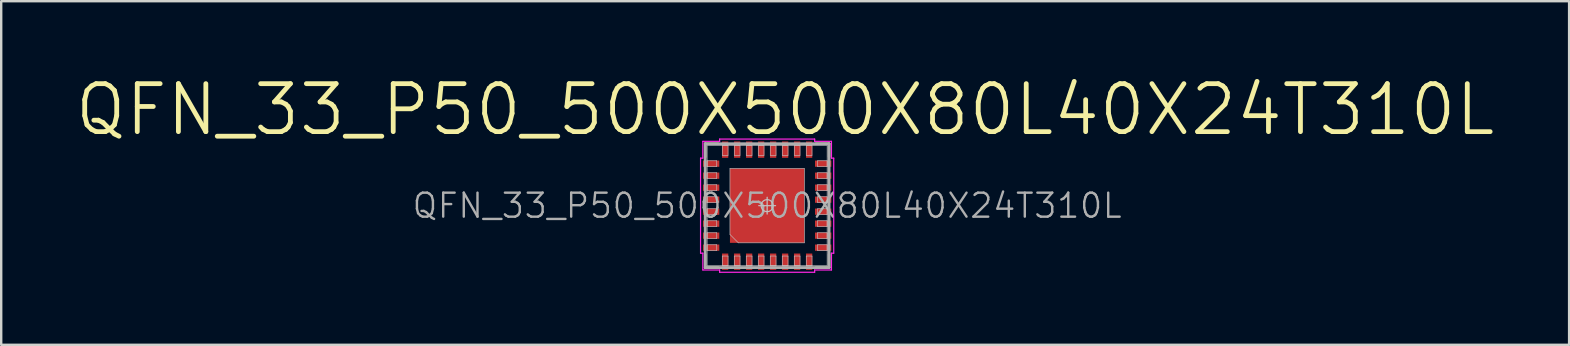
<source format=kicad_pcb>
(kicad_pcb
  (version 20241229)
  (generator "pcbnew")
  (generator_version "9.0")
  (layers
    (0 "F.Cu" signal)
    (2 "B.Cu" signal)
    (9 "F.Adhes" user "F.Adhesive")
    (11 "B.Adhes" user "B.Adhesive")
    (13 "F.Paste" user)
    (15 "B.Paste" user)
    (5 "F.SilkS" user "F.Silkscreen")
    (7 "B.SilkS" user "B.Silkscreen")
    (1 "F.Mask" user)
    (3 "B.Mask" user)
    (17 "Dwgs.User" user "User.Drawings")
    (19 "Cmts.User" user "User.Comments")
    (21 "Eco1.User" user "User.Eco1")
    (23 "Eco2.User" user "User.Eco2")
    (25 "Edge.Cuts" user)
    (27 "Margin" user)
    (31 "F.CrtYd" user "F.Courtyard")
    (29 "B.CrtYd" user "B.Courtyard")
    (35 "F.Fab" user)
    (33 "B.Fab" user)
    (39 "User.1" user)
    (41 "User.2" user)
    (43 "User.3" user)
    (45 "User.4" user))
  (footprint "QFN_33_P50_500X500X80L40X24T310L"
    (layer "F.Cu")
    (at 28.921 5.521)
    (property "Reference" "QFN_33_P50_500X500X80L40X24T310L" (at 0 0 0) (layer "F.Fab") (effects (font (size 1 1) (thickness 0.1))))
    (attr smd)
    (fp_line (start -2.58 -2.58) (end -2.58 -2.03) (stroke (width 0.1) (type solid)) (layer "F.SilkS"))
    (fp_line (start -2.58 2.58) (end -2.58 2.03) (stroke (width 0.1) (type solid)) (layer "F.SilkS"))
    (fp_line (start -2.03 -2.58) (end -2.58 -2.58) (stroke (width 0.1) (type solid)) (layer "F.SilkS"))
    (fp_line (start -2.03 2.58) (end -2.58 2.58) (stroke (width 0.1) (type solid)) (layer "F.SilkS"))
    (fp_line (start 2.03 -2.58) (end 2.58 -2.58) (stroke (width 0.1) (type solid)) (layer "F.SilkS"))
    (fp_line (start 2.03 2.58) (end 2.58 2.58) (stroke (width 0.1) (type solid)) (layer "F.SilkS"))
    (fp_line (start 2.58 -2.58) (end 2.58 -2.03) (stroke (width 0.1) (type solid)) (layer "F.SilkS"))
    (fp_line (start 2.58 2.58) (end 2.58 2.03) (stroke (width 0.1) (type solid)) (layer "F.SilkS"))
    (fp_line (start -2.5 -2.5) (end 2.5 -2.5) (stroke (width 0.025) (type solid)) (layer "Dwgs.User"))
    (fp_line (start -2.5 -1.87) (end -2.1 -1.87) (stroke (width 0.025) (type solid)) (layer "Dwgs.User"))
    (fp_line (start -2.5 -1.63) (end -2.5 -1.87) (stroke (width 0.025) (type solid)) (layer "Dwgs.User"))
    (fp_line (start -2.5 -1.37) (end -2.1 -1.37) (stroke (width 0.025) (type solid)) (layer "Dwgs.User"))
    (fp_line (start -2.5 -1.13) (end -2.5 -1.37) (stroke (width 0.025) (type solid)) (layer "Dwgs.User"))
    (fp_line (start -2.5 -0.87) (end -2.1 -0.87) (stroke (width 0.025) (type solid)) (layer "Dwgs.User"))
    (fp_line (start -2.5 -0.63) (end -2.5 -0.87) (stroke (width 0.025) (type solid)) (layer "Dwgs.User"))
    (fp_line (start -2.5 -0.37) (end -2.1 -0.37) (stroke (width 0.025) (type solid)) (layer "Dwgs.User"))
    (fp_line (start -2.5 -0.13) (end -2.5 -0.37) (stroke (width 0.025) (type solid)) (layer "Dwgs.User"))
    (fp_line (start -2.5 0.13) (end -2.1 0.13) (stroke (width 0.025) (type solid)) (layer "Dwgs.User"))
    (fp_line (start -2.5 0.37) (end -2.5 0.13) (stroke (width 0.025) (type solid)) (layer "Dwgs.User"))
    (fp_line (start -2.5 0.63) (end -2.1 0.63) (stroke (width 0.025) (type solid)) (layer "Dwgs.User"))
    (fp_line (start -2.5 0.87) (end -2.5 0.63) (stroke (width 0.025) (type solid)) (layer "Dwgs.User"))
    (fp_line (start -2.5 1.13) (end -2.1 1.13) (stroke (width 0.025) (type solid)) (layer "Dwgs.User"))
    (fp_line (start -2.5 1.37) (end -2.5 1.13) (stroke (width 0.025) (type solid)) (layer "Dwgs.User"))
    (fp_line (start -2.5 1.63) (end -2.1 1.63) (stroke (width 0.025) (type solid)) (layer "Dwgs.User"))
    (fp_line (start -2.5 1.87) (end -2.5 1.63) (stroke (width 0.025) (type solid)) (layer "Dwgs.User"))
    (fp_line (start -2.5 2.5) (end -2.5 -2.5) (stroke (width 0.025) (type solid)) (layer "Dwgs.User"))
    (fp_line (start -2.1 -1.87) (end -2.1 -1.63) (stroke (width 0.025) (type solid)) (layer "Dwgs.User"))
    (fp_line (start -2.1 -1.63) (end -2.5 -1.63) (stroke (width 0.025) (type solid)) (layer "Dwgs.User"))
    (fp_line (start -2.1 -1.37) (end -2.1 -1.13) (stroke (width 0.025) (type solid)) (layer "Dwgs.User"))
    (fp_line (start -2.1 -1.13) (end -2.5 -1.13) (stroke (width 0.025) (type solid)) (layer "Dwgs.User"))
    (fp_line (start -2.1 -0.87) (end -2.1 -0.63) (stroke (width 0.025) (type solid)) (layer "Dwgs.User"))
    (fp_line (start -2.1 -0.63) (end -2.5 -0.63) (stroke (width 0.025) (type solid)) (layer "Dwgs.User"))
    (fp_line (start -2.1 -0.37) (end -2.1 -0.13) (stroke (width 0.025) (type solid)) (layer "Dwgs.User"))
    (fp_line (start -2.1 -0.13) (end -2.5 -0.13) (stroke (width 0.025) (type solid)) (layer "Dwgs.User"))
    (fp_line (start -2.1 0.13) (end -2.1 0.37) (stroke (width 0.025) (type solid)) (layer "Dwgs.User"))
    (fp_line (start -2.1 0.37) (end -2.5 0.37) (stroke (width 0.025) (type solid)) (layer "Dwgs.User"))
    (fp_line (start -2.1 0.63) (end -2.1 0.87) (stroke (width 0.025) (type solid)) (layer "Dwgs.User"))
    (fp_line (start -2.1 0.87) (end -2.5 0.87) (stroke (width 0.025) (type solid)) (layer "Dwgs.User"))
    (fp_line (start -2.1 1.13) (end -2.1 1.37) (stroke (width 0.025) (type solid)) (layer "Dwgs.User"))
    (fp_line (start -2.1 1.37) (end -2.5 1.37) (stroke (width 0.025) (type solid)) (layer "Dwgs.User"))
    (fp_line (start -2.1 1.63) (end -2.1 1.87) (stroke (width 0.025) (type solid)) (layer "Dwgs.User"))
    (fp_line (start -2.1 1.87) (end -2.5 1.87) (stroke (width 0.025) (type solid)) (layer "Dwgs.User"))
    (fp_line (start -1.87 -2.5) (end -1.63 -2.5) (stroke (width 0.025) (type solid)) (layer "Dwgs.User"))
    (fp_line (start -1.87 -2.1) (end -1.87 -2.5) (stroke (width 0.025) (type solid)) (layer "Dwgs.User"))
    (fp_line (start -1.87 2.1) (end -1.63 2.1) (stroke (width 0.025) (type solid)) (layer "Dwgs.User"))
    (fp_line (start -1.87 2.5) (end -1.87 2.1) (stroke (width 0.025) (type solid)) (layer "Dwgs.User"))
    (fp_line (start -1.63 -2.5) (end -1.63 -2.1) (stroke (width 0.025) (type solid)) (layer "Dwgs.User"))
    (fp_line (start -1.63 -2.1) (end -1.87 -2.1) (stroke (width 0.025) (type solid)) (layer "Dwgs.User"))
    (fp_line (start -1.63 2.1) (end -1.63 2.5) (stroke (width 0.025) (type solid)) (layer "Dwgs.User"))
    (fp_line (start -1.63 2.5) (end -1.87 2.5) (stroke (width 0.025) (type solid)) (layer "Dwgs.User"))
    (fp_line (start -1.55 -1.55) (end -1.55 1.2) (stroke (width 0.025) (type solid)) (layer "Dwgs.User"))
    (fp_line (start -1.55 1.2) (end -1.2 1.55) (stroke (width 0.025) (type solid)) (layer "Dwgs.User"))
    (fp_line (start -1.37 -2.5) (end -1.13 -2.5) (stroke (width 0.025) (type solid)) (layer "Dwgs.User"))
    (fp_line (start -1.37 -2.1) (end -1.37 -2.5) (stroke (width 0.025) (type solid)) (layer "Dwgs.User"))
    (fp_line (start -1.37 2.1) (end -1.13 2.1) (stroke (width 0.025) (type solid)) (layer "Dwgs.User"))
    (fp_line (start -1.37 2.5) (end -1.37 2.1) (stroke (width 0.025) (type solid)) (layer "Dwgs.User"))
    (fp_line (start -1.2 1.55) (end 1.55 1.55) (stroke (width 0.025) (type solid)) (layer "Dwgs.User"))
    (fp_line (start -1.13 -2.5) (end -1.13 -2.1) (stroke (width 0.025) (type solid)) (layer "Dwgs.User"))
    (fp_line (start -1.13 -2.1) (end -1.37 -2.1) (stroke (width 0.025) (type solid)) (layer "Dwgs.User"))
    (fp_line (start -1.13 2.1) (end -1.13 2.5) (stroke (width 0.025) (type solid)) (layer "Dwgs.User"))
    (fp_line (start -1.13 2.5) (end -1.37 2.5) (stroke (width 0.025) (type solid)) (layer "Dwgs.User"))
    (fp_line (start -0.87 -2.5) (end -0.63 -2.5) (stroke (width 0.025) (type solid)) (layer "Dwgs.User"))
    (fp_line (start -0.87 -2.1) (end -0.87 -2.5) (stroke (width 0.025) (type solid)) (layer "Dwgs.User"))
    (fp_line (start -0.87 2.1) (end -0.63 2.1) (stroke (width 0.025) (type solid)) (layer "Dwgs.User"))
    (fp_line (start -0.87 2.5) (end -0.87 2.1) (stroke (width 0.025) (type solid)) (layer "Dwgs.User"))
    (fp_line (start -0.63 -2.5) (end -0.63 -2.1) (stroke (width 0.025) (type solid)) (layer "Dwgs.User"))
    (fp_line (start -0.63 -2.1) (end -0.87 -2.1) (stroke (width 0.025) (type solid)) (layer "Dwgs.User"))
    (fp_line (start -0.63 2.1) (end -0.63 2.5) (stroke (width 0.025) (type solid)) (layer "Dwgs.User"))
    (fp_line (start -0.63 2.5) (end -0.87 2.5) (stroke (width 0.025) (type solid)) (layer "Dwgs.User"))
    (fp_line (start -0.37 -2.5) (end -0.13 -2.5) (stroke (width 0.025) (type solid)) (layer "Dwgs.User"))
    (fp_line (start -0.37 -2.1) (end -0.37 -2.5) (stroke (width 0.025) (type solid)) (layer "Dwgs.User"))
    (fp_line (start -0.37 2.1) (end -0.13 2.1) (stroke (width 0.025) (type solid)) (layer "Dwgs.User"))
    (fp_line (start -0.37 2.5) (end -0.37 2.1) (stroke (width 0.025) (type solid)) (layer "Dwgs.User"))
    (fp_line (start -0.35 0) (end 0.35 0) (stroke (width 0.05) (type solid)) (layer "Dwgs.User"))
    (fp_line (start -0.13 -2.5) (end -0.13 -2.1) (stroke (width 0.025) (type solid)) (layer "Dwgs.User"))
    (fp_line (start -0.13 -2.1) (end -0.37 -2.1) (stroke (width 0.025) (type solid)) (layer "Dwgs.User"))
    (fp_line (start -0.13 2.1) (end -0.13 2.5) (stroke (width 0.025) (type solid)) (layer "Dwgs.User"))
    (fp_line (start -0.13 2.5) (end -0.37 2.5) (stroke (width 0.025) (type solid)) (layer "Dwgs.User"))
    (fp_line (start 0 -0.35) (end 0 0.35) (stroke (width 0.05) (type solid)) (layer "Dwgs.User"))
    (fp_line (start 0.13 -2.5) (end 0.37 -2.5) (stroke (width 0.025) (type solid)) (layer "Dwgs.User"))
    (fp_line (start 0.13 -2.1) (end 0.13 -2.5) (stroke (width 0.025) (type solid)) (layer "Dwgs.User"))
    (fp_line (start 0.13 2.1) (end 0.37 2.1) (stroke (width 0.025) (type solid)) (layer "Dwgs.User"))
    (fp_line (start 0.13 2.5) (end 0.13 2.1) (stroke (width 0.025) (type solid)) (layer "Dwgs.User"))
    (fp_line (start 0.37 -2.5) (end 0.37 -2.1) (stroke (width 0.025) (type solid)) (layer "Dwgs.User"))
    (fp_line (start 0.37 -2.1) (end 0.13 -2.1) (stroke (width 0.025) (type solid)) (layer "Dwgs.User"))
    (fp_line (start 0.37 2.1) (end 0.37 2.5) (stroke (width 0.025) (type solid)) (layer "Dwgs.User"))
    (fp_line (start 0.37 2.5) (end 0.13 2.5) (stroke (width 0.025) (type solid)) (layer "Dwgs.User"))
    (fp_line (start 0.63 -2.5) (end 0.87 -2.5) (stroke (width 0.025) (type solid)) (layer "Dwgs.User"))
    (fp_line (start 0.63 -2.1) (end 0.63 -2.5) (stroke (width 0.025) (type solid)) (layer "Dwgs.User"))
    (fp_line (start 0.63 2.1) (end 0.87 2.1) (stroke (width 0.025) (type solid)) (layer "Dwgs.User"))
    (fp_line (start 0.63 2.5) (end 0.63 2.1) (stroke (width 0.025) (type solid)) (layer "Dwgs.User"))
    (fp_line (start 0.87 -2.5) (end 0.87 -2.1) (stroke (width 0.025) (type solid)) (layer "Dwgs.User"))
    (fp_line (start 0.87 -2.1) (end 0.63 -2.1) (stroke (width 0.025) (type solid)) (layer "Dwgs.User"))
    (fp_line (start 0.87 2.1) (end 0.87 2.5) (stroke (width 0.025) (type solid)) (layer "Dwgs.User"))
    (fp_line (start 0.87 2.5) (end 0.63 2.5) (stroke (width 0.025) (type solid)) (layer "Dwgs.User"))
    (fp_line (start 1.13 -2.5) (end 1.37 -2.5) (stroke (width 0.025) (type solid)) (layer "Dwgs.User"))
    (fp_line (start 1.13 -2.1) (end 1.13 -2.5) (stroke (width 0.025) (type solid)) (layer "Dwgs.User"))
    (fp_line (start 1.13 2.1) (end 1.37 2.1) (stroke (width 0.025) (type solid)) (layer "Dwgs.User"))
    (fp_line (start 1.13 2.5) (end 1.13 2.1) (stroke (width 0.025) (type solid)) (layer "Dwgs.User"))
    (fp_line (start 1.37 -2.5) (end 1.37 -2.1) (stroke (width 0.025) (type solid)) (layer "Dwgs.User"))
    (fp_line (start 1.37 -2.1) (end 1.13 -2.1) (stroke (width 0.025) (type solid)) (layer "Dwgs.User"))
    (fp_line (start 1.37 2.1) (end 1.37 2.5) (stroke (width 0.025) (type solid)) (layer "Dwgs.User"))
    (fp_line (start 1.37 2.5) (end 1.13 2.5) (stroke (width 0.025) (type solid)) (layer "Dwgs.User"))
    (fp_line (start 1.55 -1.55) (end -1.55 -1.55) (stroke (width 0.025) (type solid)) (layer "Dwgs.User"))
    (fp_line (start 1.55 1.55) (end 1.55 -1.55) (stroke (width 0.025) (type solid)) (layer "Dwgs.User"))
    (fp_line (start 1.63 -2.5) (end 1.87 -2.5) (stroke (width 0.025) (type solid)) (layer "Dwgs.User"))
    (fp_line (start 1.63 -2.1) (end 1.63 -2.5) (stroke (width 0.025) (type solid)) (layer "Dwgs.User"))
    (fp_line (start 1.63 2.1) (end 1.87 2.1) (stroke (width 0.025) (type solid)) (layer "Dwgs.User"))
    (fp_line (start 1.63 2.5) (end 1.63 2.1) (stroke (width 0.025) (type solid)) (layer "Dwgs.User"))
    (fp_line (start 1.87 -2.5) (end 1.87 -2.1) (stroke (width 0.025) (type solid)) (layer "Dwgs.User"))
    (fp_line (start 1.87 -2.1) (end 1.63 -2.1) (stroke (width 0.025) (type solid)) (layer "Dwgs.User"))
    (fp_line (start 1.87 2.1) (end 1.87 2.5) (stroke (width 0.025) (type solid)) (layer "Dwgs.User"))
    (fp_line (start 1.87 2.5) (end 1.63 2.5) (stroke (width 0.025) (type solid)) (layer "Dwgs.User"))
    (fp_line (start 2.1 -1.87) (end 2.5 -1.87) (stroke (width 0.025) (type solid)) (layer "Dwgs.User"))
    (fp_line (start 2.1 -1.63) (end 2.1 -1.87) (stroke (width 0.025) (type solid)) (layer "Dwgs.User"))
    (fp_line (start 2.1 -1.37) (end 2.5 -1.37) (stroke (width 0.025) (type solid)) (layer "Dwgs.User"))
    (fp_line (start 2.1 -1.13) (end 2.1 -1.37) (stroke (width 0.025) (type solid)) (layer "Dwgs.User"))
    (fp_line (start 2.1 -0.87) (end 2.5 -0.87) (stroke (width 0.025) (type solid)) (layer "Dwgs.User"))
    (fp_line (start 2.1 -0.63) (end 2.1 -0.87) (stroke (width 0.025) (type solid)) (layer "Dwgs.User"))
    (fp_line (start 2.1 -0.37) (end 2.5 -0.37) (stroke (width 0.025) (type solid)) (layer "Dwgs.User"))
    (fp_line (start 2.1 -0.13) (end 2.1 -0.37) (stroke (width 0.025) (type solid)) (layer "Dwgs.User"))
    (fp_line (start 2.1 0.13) (end 2.5 0.13) (stroke (width 0.025) (type solid)) (layer "Dwgs.User"))
    (fp_line (start 2.1 0.37) (end 2.1 0.13) (stroke (width 0.025) (type solid)) (layer "Dwgs.User"))
    (fp_line (start 2.1 0.63) (end 2.5 0.63) (stroke (width 0.025) (type solid)) (layer "Dwgs.User"))
    (fp_line (start 2.1 0.87) (end 2.1 0.63) (stroke (width 0.025) (type solid)) (layer "Dwgs.User"))
    (fp_line (start 2.1 1.13) (end 2.5 1.13) (stroke (width 0.025) (type solid)) (layer "Dwgs.User"))
    (fp_line (start 2.1 1.37) (end 2.1 1.13) (stroke (width 0.025) (type solid)) (layer "Dwgs.User"))
    (fp_line (start 2.1 1.63) (end 2.5 1.63) (stroke (width 0.025) (type solid)) (layer "Dwgs.User"))
    (fp_line (start 2.1 1.87) (end 2.1 1.63) (stroke (width 0.025) (type solid)) (layer "Dwgs.User"))
    (fp_line (start 2.5 -2.5) (end 2.5 2.5) (stroke (width 0.025) (type solid)) (layer "Dwgs.User"))
    (fp_line (start 2.5 -1.87) (end 2.5 -1.63) (stroke (width 0.025) (type solid)) (layer "Dwgs.User"))
    (fp_line (start 2.5 -1.63) (end 2.1 -1.63) (stroke (width 0.025) (type solid)) (layer "Dwgs.User"))
    (fp_line (start 2.5 -1.37) (end 2.5 -1.13) (stroke (width 0.025) (type solid)) (layer "Dwgs.User"))
    (fp_line (start 2.5 -1.13) (end 2.1 -1.13) (stroke (width 0.025) (type solid)) (layer "Dwgs.User"))
    (fp_line (start 2.5 -0.87) (end 2.5 -0.63) (stroke (width 0.025) (type solid)) (layer "Dwgs.User"))
    (fp_line (start 2.5 -0.63) (end 2.1 -0.63) (stroke (width 0.025) (type solid)) (layer "Dwgs.User"))
    (fp_line (start 2.5 -0.37) (end 2.5 -0.13) (stroke (width 0.025) (type solid)) (layer "Dwgs.User"))
    (fp_line (start 2.5 -0.13) (end 2.1 -0.13) (stroke (width 0.025) (type solid)) (layer "Dwgs.User"))
    (fp_line (start 2.5 0.13) (end 2.5 0.37) (stroke (width 0.025) (type solid)) (layer "Dwgs.User"))
    (fp_line (start 2.5 0.37) (end 2.1 0.37) (stroke (width 0.025) (type solid)) (layer "Dwgs.User"))
    (fp_line (start 2.5 0.63) (end 2.5 0.87) (stroke (width 0.025) (type solid)) (layer "Dwgs.User"))
    (fp_line (start 2.5 0.87) (end 2.1 0.87) (stroke (width 0.025) (type solid)) (layer "Dwgs.User"))
    (fp_line (start 2.5 1.13) (end 2.5 1.37) (stroke (width 0.025) (type solid)) (layer "Dwgs.User"))
    (fp_line (start 2.5 1.37) (end 2.1 1.37) (stroke (width 0.025) (type solid)) (layer "Dwgs.User"))
    (fp_line (start 2.5 1.63) (end 2.5 1.87) (stroke (width 0.025) (type solid)) (layer "Dwgs.User"))
    (fp_line (start 2.5 1.87) (end 2.1 1.87) (stroke (width 0.025) (type solid)) (layer "Dwgs.User"))
    (fp_line (start 2.5 2.5) (end -2.5 2.5) (stroke (width 0.025) (type solid)) (layer "Dwgs.User"))
    (fp_circle (center 0 0) (end 0.25 0) (stroke (width 0.05) (type solid)) (fill no) (layer "Dwgs.User"))
    (fp_line (start -2.775 -1.98) (end -2.775 1.98) (stroke (width 0.05) (type solid)) (layer "F.CrtYd"))
    (fp_line (start -2.775 1.98) (end -2.68 1.98) (stroke (width 0.05) (type solid)) (layer "F.CrtYd"))
    (fp_line (start -2.68 -2.68) (end -2.68 -1.98) (stroke (width 0.05) (type solid)) (layer "F.CrtYd"))
    (fp_line (start -2.68 -1.98) (end -2.775 -1.98) (stroke (width 0.05) (type solid)) (layer "F.CrtYd"))
    (fp_line (start -2.68 1.98) (end -2.68 2.68) (stroke (width 0.05) (type solid)) (layer "F.CrtYd"))
    (fp_line (start -2.68 2.68) (end -1.98 2.68) (stroke (width 0.05) (type solid)) (layer "F.CrtYd"))
    (fp_line (start -1.98 -2.775) (end -1.98 -2.68) (stroke (width 0.05) (type solid)) (layer "F.CrtYd"))
    (fp_line (start -1.98 -2.68) (end -2.68 -2.68) (stroke (width 0.05) (type solid)) (layer "F.CrtYd"))
    (fp_line (start -1.98 2.68) (end -1.98 2.775) (stroke (width 0.05) (type solid)) (layer "F.CrtYd"))
    (fp_line (start -1.98 2.775) (end 1.98 2.775) (stroke (width 0.05) (type solid)) (layer "F.CrtYd"))
    (fp_line (start 1.98 -2.775) (end -1.98 -2.775) (stroke (width 0.05) (type solid)) (layer "F.CrtYd"))
    (fp_line (start 1.98 -2.68) (end 1.98 -2.775) (stroke (width 0.05) (type solid)) (layer "F.CrtYd"))
    (fp_line (start 1.98 2.68) (end 2.68 2.68) (stroke (width 0.05) (type solid)) (layer "F.CrtYd"))
    (fp_line (start 1.98 2.775) (end 1.98 2.68) (stroke (width 0.05) (type solid)) (layer "F.CrtYd"))
    (fp_line (start 2.68 -2.68) (end 1.98 -2.68) (stroke (width 0.05) (type solid)) (layer "F.CrtYd"))
    (fp_line (start 2.68 -1.98) (end 2.68 -2.68) (stroke (width 0.05) (type solid)) (layer "F.CrtYd"))
    (fp_line (start 2.68 1.98) (end 2.775 1.98) (stroke (width 0.05) (type solid)) (layer "F.CrtYd"))
    (fp_line (start 2.68 2.68) (end 2.68 1.98) (stroke (width 0.05) (type solid)) (layer "F.CrtYd"))
    (fp_line (start 2.775 -1.98) (end 2.68 -1.98) (stroke (width 0.05) (type solid)) (layer "F.CrtYd"))
    (fp_line (start 2.775 1.98) (end 2.775 -1.98) (stroke (width 0.05) (type solid)) (layer "F.CrtYd"))
    (fp_line (start -2.58 -2.58) (end 2.58 -2.58) (stroke (width 0.12) (type solid)) (layer "F.Fab"))
    (fp_line (start -2.58 2.58) (end -2.58 -2.58) (stroke (width 0.12) (type solid)) (layer "F.Fab"))
    (fp_line (start 2.58 -2.58) (end 2.58 2.58) (stroke (width 0.12) (type solid)) (layer "F.Fab"))
    (fp_line (start 2.58 2.58) (end -2.58 2.58) (stroke (width 0.12) (type solid)) (layer "F.Fab"))
    (fp_text user "${REFERENCE}" (at 0.75 -4 0) (layer "F.SilkS") (effects (font (size 2 2) (thickness 0.2))))
    (pad "" smd rect (at -0.775 -0.775 90) (size 1.35 1.35) (layers "F.Paste"))
    (pad "" smd rect (at -0.775 0.775 90) (size 1.35 1.35) (layers "F.Paste"))
    (pad "" smd rect (at 0.775 -0.775 90) (size 1.35 1.35) (layers "F.Paste"))
    (pad "" smd rect (at 0.775 0.775 90) (size 1.35 1.35) (layers "F.Paste"))
    (pad "1" smd rect (at -1.75 2.335 90) (size 0.68 0.26) (layers "F.Cu" "F.Mask" "F.Paste"))
    (pad "2" smd rect (at -1.25 2.335 90) (size 0.68 0.26) (layers "F.Cu" "F.Mask" "F.Paste"))
    (pad "3" smd rect (at -0.75 2.335 90) (size 0.68 0.26) (layers "F.Cu" "F.Mask" "F.Paste"))
    (pad "4" smd rect (at -0.25 2.335 90) (size 0.68 0.26) (layers "F.Cu" "F.Mask" "F.Paste"))
    (pad "5" smd rect (at 0.25 2.335 90) (size 0.68 0.26) (layers "F.Cu" "F.Mask" "F.Paste"))
    (pad "6" smd rect (at 0.75 2.335 90) (size 0.68 0.26) (layers "F.Cu" "F.Mask" "F.Paste"))
    (pad "7" smd rect (at 1.25 2.335 90) (size 0.68 0.26) (layers "F.Cu" "F.Mask" "F.Paste"))
    (pad "8" smd rect (at 1.75 2.335 90) (size 0.68 0.26) (layers "F.Cu" "F.Mask" "F.Paste"))
    (pad "9" smd rect (at 2.335 1.75) (size 0.68 0.26) (layers "F.Cu" "F.Mask" "F.Paste"))
    (pad "10" smd rect (at 2.335 1.25) (size 0.68 0.26) (layers "F.Cu" "F.Mask" "F.Paste"))
    (pad "11" smd rect (at 2.335 0.75) (size 0.68 0.26) (layers "F.Cu" "F.Mask" "F.Paste"))
    (pad "12" smd rect (at 2.335 0.25) (size 0.68 0.26) (layers "F.Cu" "F.Mask" "F.Paste"))
    (pad "13" smd rect (at 2.335 -0.25) (size 0.68 0.26) (layers "F.Cu" "F.Mask" "F.Paste"))
    (pad "14" smd rect (at 2.335 -0.75) (size 0.68 0.26) (layers "F.Cu" "F.Mask" "F.Paste"))
    (pad "15" smd rect (at 2.335 -1.25) (size 0.68 0.26) (layers "F.Cu" "F.Mask" "F.Paste"))
    (pad "16" smd rect (at 2.335 -1.75) (size 0.68 0.26) (layers "F.Cu" "F.Mask" "F.Paste"))
    (pad "17" smd rect (at 1.75 -2.335 90) (size 0.68 0.26) (layers "F.Cu" "F.Mask" "F.Paste"))
    (pad "18" smd rect (at 1.25 -2.335 90) (size 0.68 0.26) (layers "F.Cu" "F.Mask" "F.Paste"))
    (pad "19" smd rect (at 0.75 -2.335 90) (size 0.68 0.26) (layers "F.Cu" "F.Mask" "F.Paste"))
    (pad "20" smd rect (at 0.25 -2.335 90) (size 0.68 0.26) (layers "F.Cu" "F.Mask" "F.Paste"))
    (pad "21" smd rect (at -0.25 -2.335 90) (size 0.68 0.26) (layers "F.Cu" "F.Mask" "F.Paste"))
    (pad "22" smd rect (at -0.75 -2.335 90) (size 0.68 0.26) (layers "F.Cu" "F.Mask" "F.Paste"))
    (pad "23" smd rect (at -1.25 -2.335 90) (size 0.68 0.26) (layers "F.Cu" "F.Mask" "F.Paste"))
    (pad "24" smd rect (at -1.75 -2.335 90) (size 0.68 0.26) (layers "F.Cu" "F.Mask" "F.Paste"))
    (pad "25" smd rect (at -2.335 -1.75) (size 0.68 0.26) (layers "F.Cu" "F.Mask" "F.Paste"))
    (pad "26" smd rect (at -2.335 -1.25) (size 0.68 0.26) (layers "F.Cu" "F.Mask" "F.Paste"))
    (pad "27" smd rect (at -2.335 -0.75) (size 0.68 0.26) (layers "F.Cu" "F.Mask" "F.Paste"))
    (pad "28" smd rect (at -2.335 -0.25) (size 0.68 0.26) (layers "F.Cu" "F.Mask" "F.Paste"))
    (pad "29" smd rect (at -2.335 0.25) (size 0.68 0.26) (layers "F.Cu" "F.Mask" "F.Paste"))
    (pad "30" smd rect (at -2.335 0.75) (size 0.68 0.26) (layers "F.Cu" "F.Mask" "F.Paste"))
    (pad "31" smd rect (at -2.335 1.25) (size 0.68 0.26) (layers "F.Cu" "F.Mask" "F.Paste"))
    (pad "32" smd rect (at -2.335 1.75) (size 0.68 0.26) (layers "F.Cu" "F.Mask" "F.Paste"))
    (pad "33" smd rect (at 0 0) (size 3.1 3.1) (layers "F.Cu" "F.Mask" "F.Paste")))
  (gr_rect
    (start -3 -3)
    (end 62.343 11.321)
    (stroke (width 0.1) (type default))
    (fill no)
    (layer "Edge.Cuts")))
</source>
